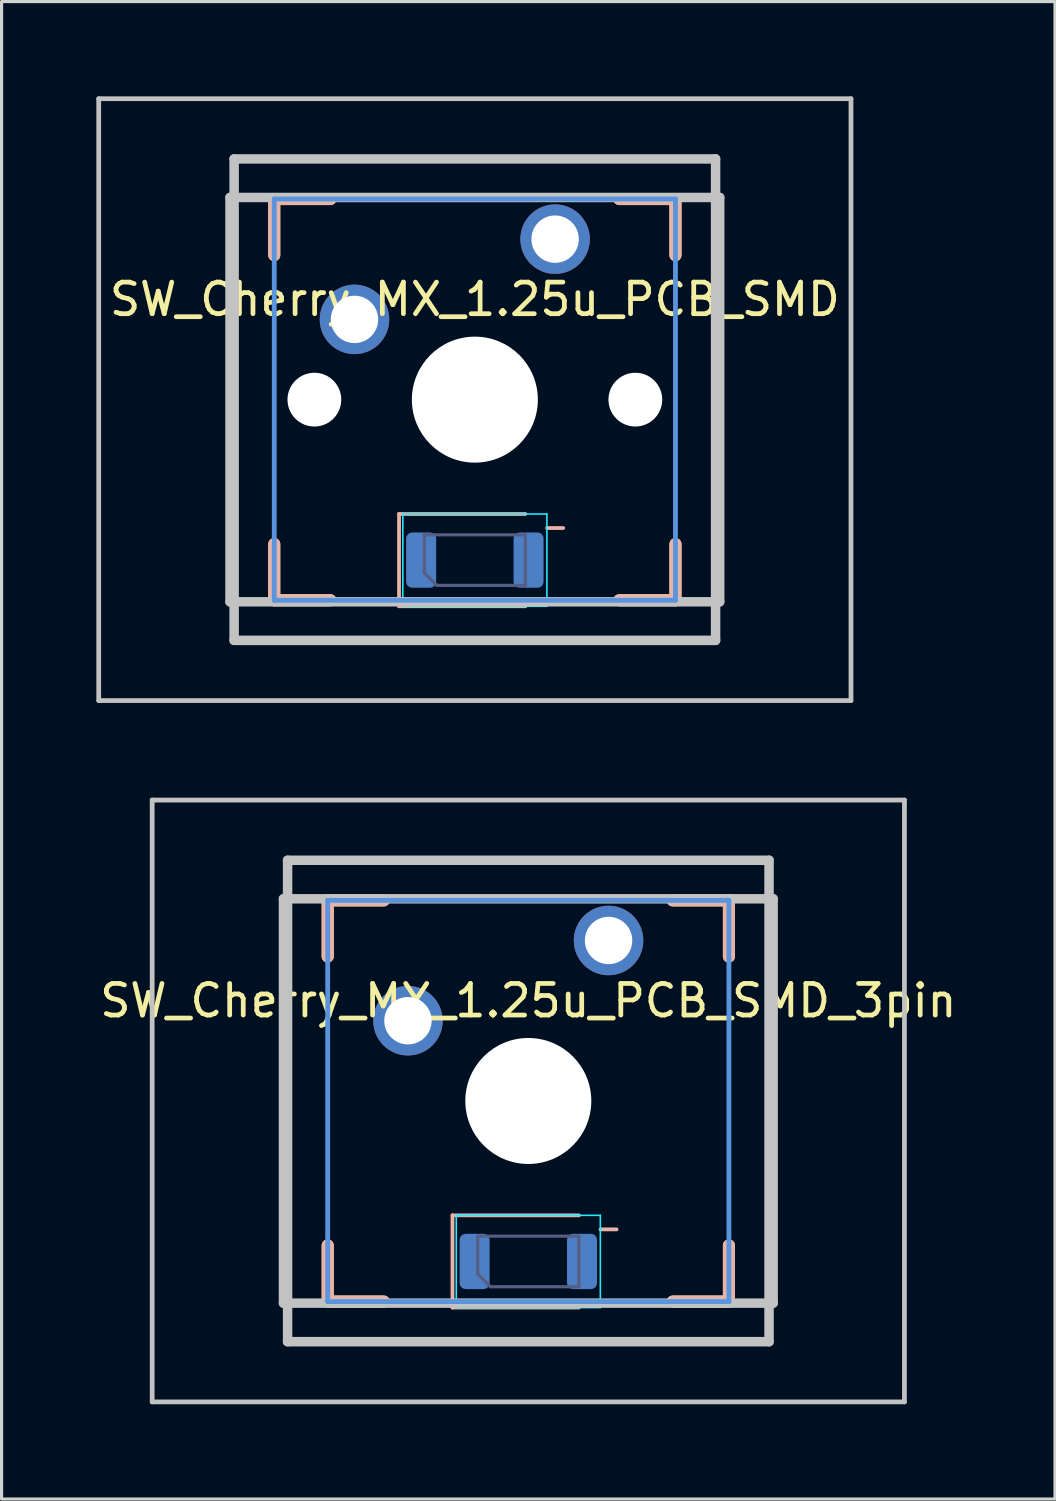
<source format=kicad_pcb>
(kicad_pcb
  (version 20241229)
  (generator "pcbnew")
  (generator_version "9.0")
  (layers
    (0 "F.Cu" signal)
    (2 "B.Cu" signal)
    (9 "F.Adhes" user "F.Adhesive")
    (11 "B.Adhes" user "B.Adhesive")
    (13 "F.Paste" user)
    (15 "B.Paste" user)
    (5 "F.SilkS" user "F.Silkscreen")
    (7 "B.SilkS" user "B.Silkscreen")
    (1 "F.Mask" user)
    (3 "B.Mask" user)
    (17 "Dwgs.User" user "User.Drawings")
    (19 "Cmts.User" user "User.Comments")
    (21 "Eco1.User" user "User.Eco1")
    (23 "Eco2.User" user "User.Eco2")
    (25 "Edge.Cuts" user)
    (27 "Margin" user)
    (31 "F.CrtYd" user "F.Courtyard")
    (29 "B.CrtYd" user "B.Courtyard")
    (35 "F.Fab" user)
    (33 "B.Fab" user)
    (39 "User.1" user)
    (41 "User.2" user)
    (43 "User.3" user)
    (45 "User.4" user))
  (footprint "SW_Cherry_MX_1.25u_PCB_SMD"
    (layer "F.Cu")
    (at 11.981 9.6)
    (property "Reference" "SW_Cherry_MX_1.25u_PCB_SMD" (at 0 -3.175 0) (layer "F.SilkS") (effects (font (size 1 1) (thickness 0.15))))
    (attr exclude_from_pos_files exclude_from_bom)
    (fp_line (start -6.35 -6.35) (end -4.572 -6.35) (stroke (width 0.381) (type solid)) (layer "F.SilkS"))
    (fp_line (start -6.35 -4.572) (end -6.35 -6.35) (stroke (width 0.381) (type solid)) (layer "F.SilkS"))
    (fp_line (start -6.35 6.35) (end -6.35 4.572) (stroke (width 0.381) (type solid)) (layer "F.SilkS"))
    (fp_line (start -4.572 6.35) (end -6.35 6.35) (stroke (width 0.381) (type solid)) (layer "F.SilkS"))
    (fp_line (start 4.572 -6.35) (end 6.35 -6.35) (stroke (width 0.381) (type solid)) (layer "F.SilkS"))
    (fp_line (start 6.35 -6.35) (end 6.35 -4.572) (stroke (width 0.381) (type solid)) (layer "F.SilkS"))
    (fp_line (start 6.35 4.572) (end 6.35 6.35) (stroke (width 0.381) (type solid)) (layer "F.SilkS"))
    (fp_line (start 6.35 6.35) (end 4.572 6.35) (stroke (width 0.381) (type solid)) (layer "F.SilkS"))
    (fp_line (start -6.35 -6.35) (end -6.35 -4.572) (stroke (width 0.381) (type solid)) (layer "B.SilkS"))
    (fp_line (start -6.35 4.572) (end -6.35 6.35) (stroke (width 0.381) (type solid)) (layer "B.SilkS"))
    (fp_line (start -6.35 6.35) (end -4.572 6.35) (stroke (width 0.381) (type solid)) (layer "B.SilkS"))
    (fp_line (start -4.572 -6.35) (end -6.35 -6.35) (stroke (width 0.381) (type solid)) (layer "B.SilkS"))
    (fp_line (start -2.4 3.62) (end 1.6 3.62) (stroke (width 0.12) (type solid)) (layer "B.SilkS"))
    (fp_line (start -2.4 6.54) (end -2.4 3.62) (stroke (width 0.12) (type solid)) (layer "B.SilkS"))
    (fp_line (start 1.6 6.54) (end -2.4 6.54) (stroke (width 0.12) (type solid)) (layer "B.SilkS"))
    (fp_line (start 2.286 4.064) (end 2.794 4.064) (stroke (width 0.12) (type solid)) (layer "B.SilkS"))
    (fp_line (start 4.572 6.35) (end 6.35 6.35) (stroke (width 0.381) (type solid)) (layer "B.SilkS"))
    (fp_line (start 6.35 -6.35) (end 4.572 -6.35) (stroke (width 0.381) (type solid)) (layer "B.SilkS"))
    (fp_line (start 6.35 -4.572) (end 6.35 -6.35) (stroke (width 0.381) (type solid)) (layer "B.SilkS"))
    (fp_line (start 6.35 6.35) (end 6.35 4.572) (stroke (width 0.381) (type solid)) (layer "B.SilkS"))
    (fp_line (start -11.906 -9.525) (end 11.906 -9.525) (stroke (width 0.15) (type solid)) (layer "Dwgs.User"))
    (fp_line (start -11.906 9.525) (end -11.906 -9.525) (stroke (width 0.15) (type solid)) (layer "Dwgs.User"))
    (fp_line (start -7.75 6.4) (end -7.75 -6.4) (stroke (width 0.3) (type solid)) (layer "Dwgs.User"))
    (fp_line (start -7.75 6.4) (end 7.75 6.4) (stroke (width 0.3) (type solid)) (layer "Dwgs.User"))
    (fp_line (start -7.62 -7.62) (end 7.62 -7.62) (stroke (width 0.3) (type solid)) (layer "Dwgs.User"))
    (fp_line (start -7.62 7.62) (end -7.62 -7.62) (stroke (width 0.3) (type solid)) (layer "Dwgs.User"))
    (fp_line (start 7.62 -7.62) (end 7.62 7.62) (stroke (width 0.3) (type solid)) (layer "Dwgs.User"))
    (fp_line (start 7.62 7.62) (end -7.62 7.62) (stroke (width 0.3) (type solid)) (layer "Dwgs.User"))
    (fp_line (start 7.75 -6.4) (end -7.75 -6.4) (stroke (width 0.3) (type solid)) (layer "Dwgs.User"))
    (fp_line (start 7.75 6.4) (end 7.75 -6.4) (stroke (width 0.3) (type solid)) (layer "Dwgs.User"))
    (fp_line (start 11.906 -9.525) (end 11.906 9.525) (stroke (width 0.15) (type solid)) (layer "Dwgs.User"))
    (fp_line (start 11.906 9.525) (end -11.906 9.525) (stroke (width 0.15) (type solid)) (layer "Dwgs.User"))
    (fp_line (start -6.35 -6.35) (end 6.35 -6.35) (stroke (width 0.152) (type solid)) (layer "Cmts.User"))
    (fp_line (start -6.35 6.35) (end -6.35 -6.35) (stroke (width 0.152) (type solid)) (layer "Cmts.User"))
    (fp_line (start 6.35 -6.35) (end 6.35 6.35) (stroke (width 0.152) (type solid)) (layer "Cmts.User"))
    (fp_line (start 6.35 6.35) (end -6.35 6.35) (stroke (width 0.152) (type solid)) (layer "Cmts.User"))
    (fp_line (start -6.985 -6.985) (end 6.985 -6.985) (stroke (width 0.152) (type solid)) (layer "Eco2.User"))
    (fp_line (start -6.985 6.985) (end -6.985 -6.985) (stroke (width 0.152) (type solid)) (layer "Eco2.User"))
    (fp_line (start 6.985 -6.985) (end 6.985 6.985) (stroke (width 0.152) (type solid)) (layer "Eco2.User"))
    (fp_line (start 6.985 6.985) (end -6.985 6.985) (stroke (width 0.152) (type solid)) (layer "Eco2.User"))
    (fp_line (start -2.28 3.62) (end -2.28 6.54) (stroke (width 0.05) (type solid)) (layer "B.CrtYd"))
    (fp_line (start -2.28 6.54) (end 2.28 6.54) (stroke (width 0.05) (type solid)) (layer "B.CrtYd"))
    (fp_line (start 2.28 3.62) (end -2.28 3.62) (stroke (width 0.05) (type solid)) (layer "B.CrtYd"))
    (fp_line (start 2.28 6.54) (end 2.28 3.62) (stroke (width 0.05) (type solid)) (layer "B.CrtYd"))
    (fp_line (start -1.6 4.28) (end 1.6 4.28) (stroke (width 0.1) (type solid)) (layer "B.Fab"))
    (fp_line (start -1.6 5.48) (end -1.6 4.28) (stroke (width 0.1) (type solid)) (layer "B.Fab"))
    (fp_line (start -1.2 5.88) (end -1.6 5.48) (stroke (width 0.1) (type solid)) (layer "B.Fab"))
    (fp_line (start 1.6 4.28) (end 1.6 5.88) (stroke (width 0.1) (type solid)) (layer "B.Fab"))
    (fp_line (start 1.6 5.88) (end -1.2 5.88) (stroke (width 0.1) (type solid)) (layer "B.Fab"))
    (pad "" np_thru_hole circle (at -5.08 0) (size 1.702 1.702) (drill 1.702) (layers "*.Cu" "*.Mask"))
    (pad "" np_thru_hole circle (at 0 0) (size 3.988 3.988) (drill 3.988) (layers "*.Cu" "*.Mask"))
    (pad "" np_thru_hole circle (at 5.08 0) (size 1.702 1.702) (drill 1.702) (layers "*.Cu" "*.Mask"))
    (pad "1" thru_hole circle (at -3.81 -2.54) (size 2.2 2.2) (drill 1.5) (layers "*.Cu" "*.Mask"))
    (pad "2" thru_hole circle (at 2.54 -5.08) (size 2.2 2.2) (drill 1.5) (layers "*.Cu" "*.Mask"))
    (pad "3" smd roundrect (at 1.7 5.08) (size 0.95 1.75) (layers "B.Cu" "B.Mask" "B.Paste") (roundrect_rratio 0.2))
    (pad "4" smd roundrect (at -1.7 5.08) (size 0.95 1.75) (layers "B.Cu" "B.Mask" "B.Paste") (roundrect_rratio 0.2)))
  (footprint "SW_Cherry_MX_1.25u_PCB_SMD_3pin"
    (layer "F.Cu")
    (at 13.673 31.8)
    (property "Reference" "SW_Cherry_MX_1.25u_PCB_SMD_3pin" (at 0 -3.175 0) (layer "F.SilkS") (effects (font (size 1 1) (thickness 0.15))))
    (attr exclude_from_pos_files exclude_from_bom)
    (fp_line (start -6.35 -6.35) (end -4.572 -6.35) (stroke (width 0.381) (type solid)) (layer "F.SilkS"))
    (fp_line (start -6.35 -4.572) (end -6.35 -6.35) (stroke (width 0.381) (type solid)) (layer "F.SilkS"))
    (fp_line (start -6.35 6.35) (end -6.35 4.572) (stroke (width 0.381) (type solid)) (layer "F.SilkS"))
    (fp_line (start -4.572 6.35) (end -6.35 6.35) (stroke (width 0.381) (type solid)) (layer "F.SilkS"))
    (fp_line (start 4.572 -6.35) (end 6.35 -6.35) (stroke (width 0.381) (type solid)) (layer "F.SilkS"))
    (fp_line (start 6.35 -6.35) (end 6.35 -4.572) (stroke (width 0.381) (type solid)) (layer "F.SilkS"))
    (fp_line (start 6.35 4.572) (end 6.35 6.35) (stroke (width 0.381) (type solid)) (layer "F.SilkS"))
    (fp_line (start 6.35 6.35) (end 4.572 6.35) (stroke (width 0.381) (type solid)) (layer "F.SilkS"))
    (fp_line (start -6.35 -6.35) (end -6.35 -4.572) (stroke (width 0.381) (type solid)) (layer "B.SilkS"))
    (fp_line (start -6.35 4.572) (end -6.35 6.35) (stroke (width 0.381) (type solid)) (layer "B.SilkS"))
    (fp_line (start -6.35 6.35) (end -4.572 6.35) (stroke (width 0.381) (type solid)) (layer "B.SilkS"))
    (fp_line (start -4.572 -6.35) (end -6.35 -6.35) (stroke (width 0.381) (type solid)) (layer "B.SilkS"))
    (fp_line (start -2.4 3.62) (end 1.6 3.62) (stroke (width 0.12) (type solid)) (layer "B.SilkS"))
    (fp_line (start -2.4 6.54) (end -2.4 3.62) (stroke (width 0.12) (type solid)) (layer "B.SilkS"))
    (fp_line (start 1.6 6.54) (end -2.4 6.54) (stroke (width 0.12) (type solid)) (layer "B.SilkS"))
    (fp_line (start 2.286 4.064) (end 2.794 4.064) (stroke (width 0.12) (type solid)) (layer "B.SilkS"))
    (fp_line (start 4.572 6.35) (end 6.35 6.35) (stroke (width 0.381) (type solid)) (layer "B.SilkS"))
    (fp_line (start 6.35 -6.35) (end 4.572 -6.35) (stroke (width 0.381) (type solid)) (layer "B.SilkS"))
    (fp_line (start 6.35 -4.572) (end 6.35 -6.35) (stroke (width 0.381) (type solid)) (layer "B.SilkS"))
    (fp_line (start 6.35 6.35) (end 6.35 4.572) (stroke (width 0.381) (type solid)) (layer "B.SilkS"))
    (fp_line (start -11.906 -9.525) (end 11.906 -9.525) (stroke (width 0.15) (type solid)) (layer "Dwgs.User"))
    (fp_line (start -11.906 9.525) (end -11.906 -9.525) (stroke (width 0.15) (type solid)) (layer "Dwgs.User"))
    (fp_line (start -7.75 6.4) (end -7.75 -6.4) (stroke (width 0.3) (type solid)) (layer "Dwgs.User"))
    (fp_line (start -7.75 6.4) (end 7.75 6.4) (stroke (width 0.3) (type solid)) (layer "Dwgs.User"))
    (fp_line (start -7.62 -7.62) (end 7.62 -7.62) (stroke (width 0.3) (type solid)) (layer "Dwgs.User"))
    (fp_line (start -7.62 7.62) (end -7.62 -7.62) (stroke (width 0.3) (type solid)) (layer "Dwgs.User"))
    (fp_line (start 7.62 -7.62) (end 7.62 7.62) (stroke (width 0.3) (type solid)) (layer "Dwgs.User"))
    (fp_line (start 7.62 7.62) (end -7.62 7.62) (stroke (width 0.3) (type solid)) (layer "Dwgs.User"))
    (fp_line (start 7.75 -6.4) (end -7.75 -6.4) (stroke (width 0.3) (type solid)) (layer "Dwgs.User"))
    (fp_line (start 7.75 6.4) (end 7.75 -6.4) (stroke (width 0.3) (type solid)) (layer "Dwgs.User"))
    (fp_line (start 11.906 -9.525) (end 11.906 9.525) (stroke (width 0.15) (type solid)) (layer "Dwgs.User"))
    (fp_line (start 11.906 9.525) (end -11.906 9.525) (stroke (width 0.15) (type solid)) (layer "Dwgs.User"))
    (fp_line (start -6.35 -6.35) (end 6.35 -6.35) (stroke (width 0.152) (type solid)) (layer "Cmts.User"))
    (fp_line (start -6.35 6.35) (end -6.35 -6.35) (stroke (width 0.152) (type solid)) (layer "Cmts.User"))
    (fp_line (start 6.35 -6.35) (end 6.35 6.35) (stroke (width 0.152) (type solid)) (layer "Cmts.User"))
    (fp_line (start 6.35 6.35) (end -6.35 6.35) (stroke (width 0.152) (type solid)) (layer "Cmts.User"))
    (fp_line (start -6.985 -6.985) (end 6.985 -6.985) (stroke (width 0.152) (type solid)) (layer "Eco2.User"))
    (fp_line (start -6.985 6.985) (end -6.985 -6.985) (stroke (width 0.152) (type solid)) (layer "Eco2.User"))
    (fp_line (start 6.985 -6.985) (end 6.985 6.985) (stroke (width 0.152) (type solid)) (layer "Eco2.User"))
    (fp_line (start 6.985 6.985) (end -6.985 6.985) (stroke (width 0.152) (type solid)) (layer "Eco2.User"))
    (fp_line (start -2.28 3.62) (end -2.28 6.54) (stroke (width 0.05) (type solid)) (layer "B.CrtYd"))
    (fp_line (start -2.28 6.54) (end 2.28 6.54) (stroke (width 0.05) (type solid)) (layer "B.CrtYd"))
    (fp_line (start 2.28 3.62) (end -2.28 3.62) (stroke (width 0.05) (type solid)) (layer "B.CrtYd"))
    (fp_line (start 2.28 6.54) (end 2.28 3.62) (stroke (width 0.05) (type solid)) (layer "B.CrtYd"))
    (fp_line (start -1.6 4.28) (end 1.6 4.28) (stroke (width 0.1) (type solid)) (layer "B.Fab"))
    (fp_line (start -1.6 5.48) (end -1.6 4.28) (stroke (width 0.1) (type solid)) (layer "B.Fab"))
    (fp_line (start -1.2 5.88) (end -1.6 5.48) (stroke (width 0.1) (type solid)) (layer "B.Fab"))
    (fp_line (start 1.6 4.28) (end 1.6 5.88) (stroke (width 0.1) (type solid)) (layer "B.Fab"))
    (fp_line (start 1.6 5.88) (end -1.2 5.88) (stroke (width 0.1) (type solid)) (layer "B.Fab"))
    (pad "" np_thru_hole circle (at 0 0) (size 3.988 3.988) (drill 3.988) (layers "*.Cu" "*.Mask"))
    (pad "1" thru_hole circle (at -3.81 -2.54) (size 2.2 2.2) (drill 1.5) (layers "*.Cu" "*.Mask"))
    (pad "2" thru_hole circle (at 2.54 -5.08) (size 2.2 2.2) (drill 1.5) (layers "*.Cu" "*.Mask"))
    (pad "3" smd roundrect (at 1.7 5.08) (size 0.95 1.75) (layers "B.Cu" "B.Mask" "B.Paste") (roundrect_rratio 0.2))
    (pad "4" smd roundrect (at -1.7 5.08) (size 0.95 1.75) (layers "B.Cu" "B.Mask" "B.Paste") (roundrect_rratio 0.2)))
  (gr_rect
    (start -3 -3)
    (end 30.345 44.4)
    (stroke (width 0.1) (type default))
    (fill no)
    (layer "Edge.Cuts")))
</source>
